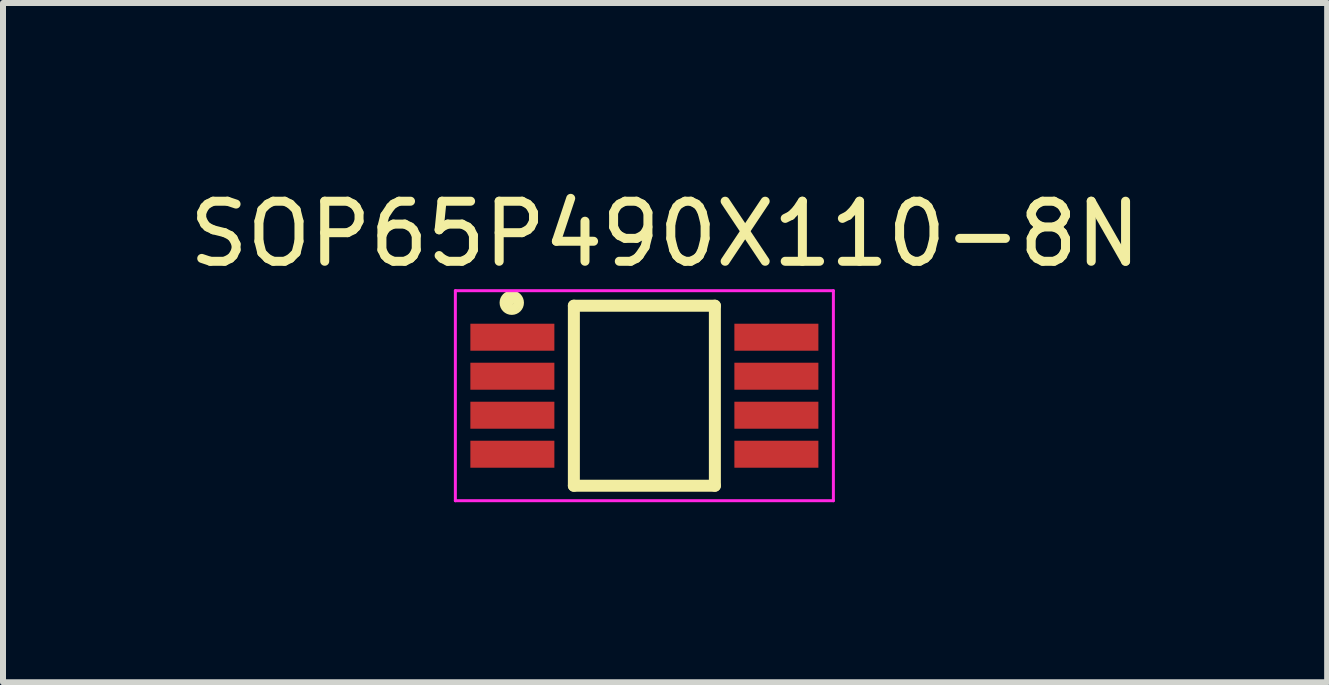
<source format=kicad_pcb>
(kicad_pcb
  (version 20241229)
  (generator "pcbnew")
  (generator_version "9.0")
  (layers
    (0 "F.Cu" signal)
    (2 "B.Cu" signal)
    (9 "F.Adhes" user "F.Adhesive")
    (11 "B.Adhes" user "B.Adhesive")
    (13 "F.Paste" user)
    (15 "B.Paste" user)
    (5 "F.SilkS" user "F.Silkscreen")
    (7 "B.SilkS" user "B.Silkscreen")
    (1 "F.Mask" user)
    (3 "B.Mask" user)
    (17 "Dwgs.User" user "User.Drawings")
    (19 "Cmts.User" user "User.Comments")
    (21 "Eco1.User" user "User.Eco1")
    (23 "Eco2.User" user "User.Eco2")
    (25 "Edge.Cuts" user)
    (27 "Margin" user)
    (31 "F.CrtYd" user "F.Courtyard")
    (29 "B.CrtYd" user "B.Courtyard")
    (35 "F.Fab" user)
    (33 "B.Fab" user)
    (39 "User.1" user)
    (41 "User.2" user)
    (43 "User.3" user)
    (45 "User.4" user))
  (footprint "SOP65P490X110-8N"
    (layer "F.Cu")
    (at 7.689 3.545)
    (property "Reference" "SOP65P490X110-8N" (at 0.345 -2.696 0) (layer "F.SilkS") (effects (font (size 1.001 1.001) (thickness 0.15))))
    (attr through_hole)
    (fp_line (start -1.175 -1.5) (end -1.175 1.5) (stroke (width 0.2) (type solid)) (layer "F.SilkS"))
    (fp_line (start -1.175 1.5) (end 1.175 1.5) (stroke (width 0.2) (type solid)) (layer "F.SilkS"))
    (fp_line (start 1.175 -1.5) (end -1.175 -1.5) (stroke (width 0.2) (type solid)) (layer "F.SilkS"))
    (fp_line (start 1.175 1.5) (end 1.175 -1.5) (stroke (width 0.2) (type solid)) (layer "F.SilkS"))
    (fp_circle (center -2.23 -1.57) (end -2.194 -1.57) (stroke (width 0.05) (type solid)) (fill no) (layer "F.SilkS"))
    (fp_circle (center -2.21 -1.55) (end -2.152 -1.55) (stroke (width 0.05) (type solid)) (fill no) (layer "F.SilkS"))
    (fp_circle (center -2.21 -1.55) (end -2.143 -1.55) (stroke (width 0.05) (type solid)) (fill no) (layer "F.SilkS"))
    (fp_circle (center -2.21 -1.55) (end -2.121 -1.55) (stroke (width 0.05) (type solid)) (fill no) (layer "F.SilkS"))
    (fp_circle (center -2.21 -1.55) (end -2.102 -1.55) (stroke (width 0.05) (type solid)) (fill no) (layer "F.SilkS"))
    (fp_circle (center -2.21 -1.55) (end -2.069 -1.55) (stroke (width 0.05) (type solid)) (fill no) (layer "F.SilkS"))
    (fp_circle (center -2.21 -1.55) (end -2.032 -1.55) (stroke (width 0.05) (type solid)) (fill no) (layer "F.SilkS"))
    (fp_circle (center -2.2 -1.54) (end -2.16 -1.54) (stroke (width 0.05) (type solid)) (fill no) (layer "F.SilkS"))
    (fp_line (start -3.15 -1.75) (end 3.15 -1.75) (stroke (width 0.05) (type solid)) (layer "F.CrtYd"))
    (fp_line (start -3.15 1.75) (end -3.15 -1.75) (stroke (width 0.05) (type solid)) (layer "F.CrtYd"))
    (fp_line (start 3.15 -1.75) (end 3.15 1.75) (stroke (width 0.05) (type solid)) (layer "F.CrtYd"))
    (fp_line (start 3.15 1.75) (end -3.15 1.75) (stroke (width 0.05) (type solid)) (layer "F.CrtYd"))
    (pad "1" smd rect (at -2.2 -0.975) (size 1.4 0.45) (layers "F.Cu" "F.Mask" "F.Paste"))
    (pad "2" smd rect (at -2.2 -0.325) (size 1.4 0.45) (layers "F.Cu" "F.Mask" "F.Paste"))
    (pad "3" smd rect (at -2.2 0.325) (size 1.4 0.45) (layers "F.Cu" "F.Mask" "F.Paste"))
    (pad "4" smd rect (at -2.2 0.975) (size 1.4 0.45) (layers "F.Cu" "F.Mask" "F.Paste"))
    (pad "5" smd rect (at 2.2 0.975) (size 1.4 0.45) (layers "F.Cu" "F.Mask" "F.Paste"))
    (pad "6" smd rect (at 2.2 0.325) (size 1.4 0.45) (layers "F.Cu" "F.Mask" "F.Paste"))
    (pad "7" smd rect (at 2.2 -0.325) (size 1.4 0.45) (layers "F.Cu" "F.Mask" "F.Paste"))
    (pad "8" smd rect (at 2.2 -0.975) (size 1.4 0.45) (layers "F.Cu" "F.Mask" "F.Paste")))
  (gr_rect
    (start -3 -3)
    (end 19.068 8.32)
    (stroke (width 0.1) (type default))
    (fill no)
    (layer "Edge.Cuts")))
</source>
